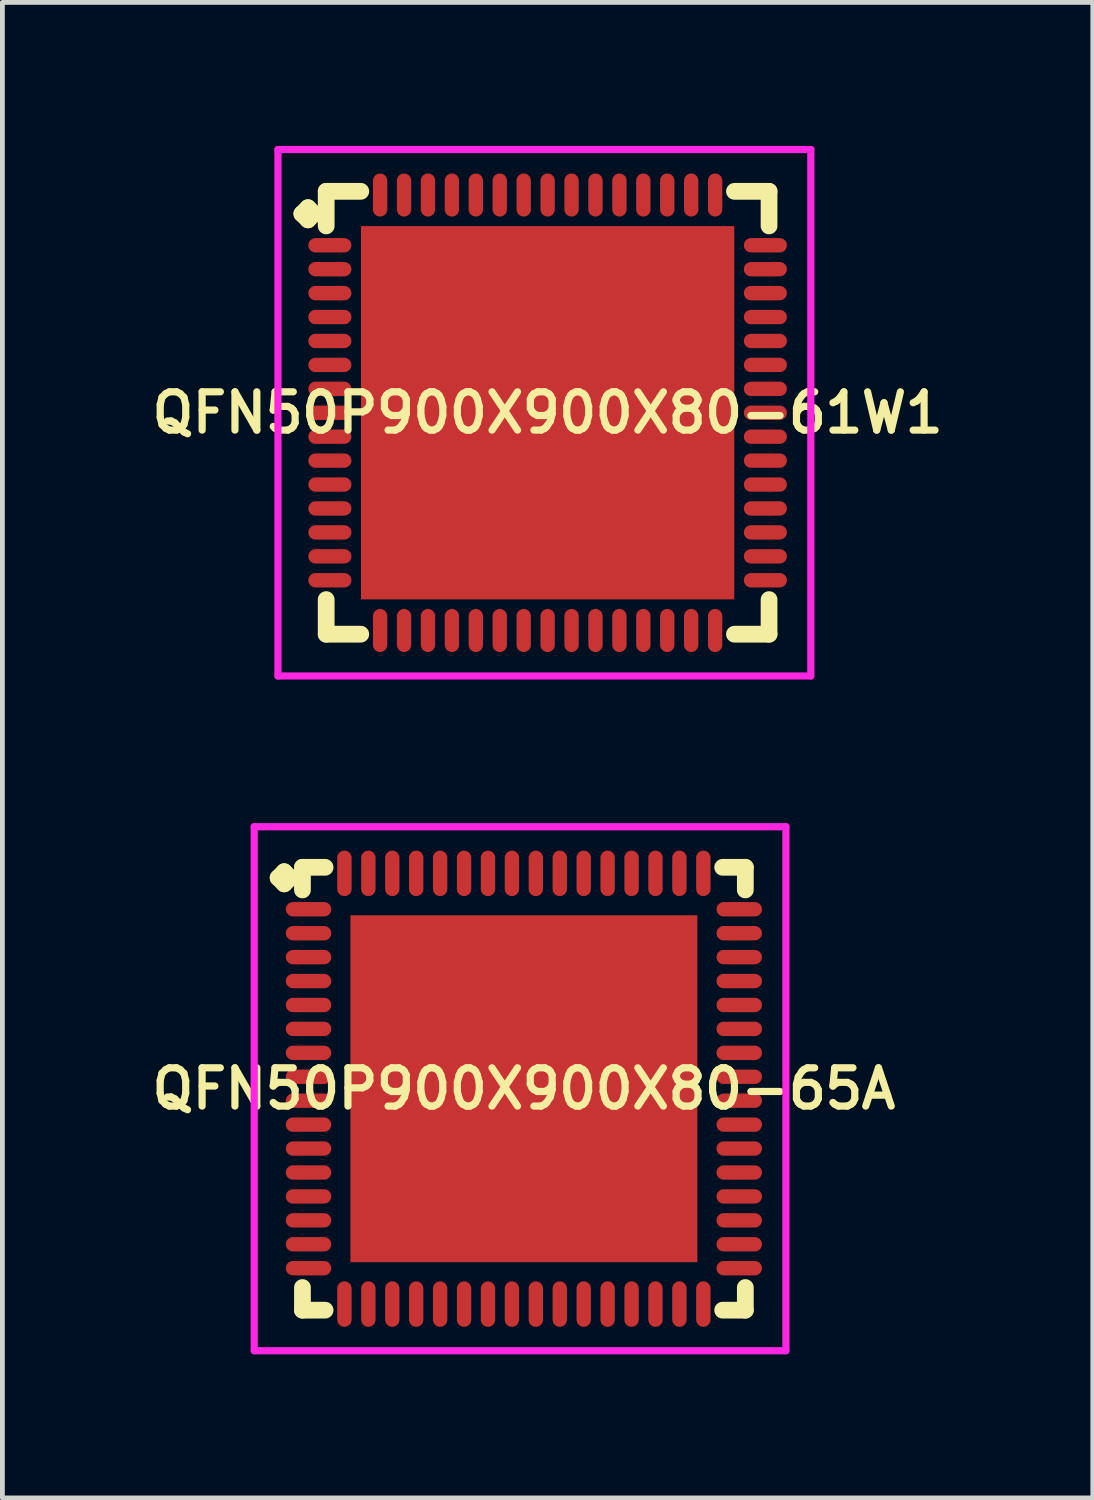
<source format=kicad_pcb>
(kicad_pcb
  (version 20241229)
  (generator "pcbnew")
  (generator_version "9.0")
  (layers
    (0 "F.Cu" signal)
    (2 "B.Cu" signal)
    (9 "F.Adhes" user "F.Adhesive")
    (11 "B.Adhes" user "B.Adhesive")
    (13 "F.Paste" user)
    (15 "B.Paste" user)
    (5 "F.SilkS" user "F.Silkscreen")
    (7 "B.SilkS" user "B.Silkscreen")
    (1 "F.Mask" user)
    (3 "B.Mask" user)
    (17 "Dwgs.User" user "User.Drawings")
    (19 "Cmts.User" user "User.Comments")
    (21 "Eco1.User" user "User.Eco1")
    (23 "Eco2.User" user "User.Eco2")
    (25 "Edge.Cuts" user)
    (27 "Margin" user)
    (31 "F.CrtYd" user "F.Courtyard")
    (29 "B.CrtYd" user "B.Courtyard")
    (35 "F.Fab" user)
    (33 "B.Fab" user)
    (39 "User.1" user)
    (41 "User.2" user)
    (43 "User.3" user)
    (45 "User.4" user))
  (footprint "QFN50P900X900X80-65A"
    (layer "F.Cu")
    (at 7.897 19.7)
    (property "Reference" "QFN50P900X900X80-65A" (at 0 0 0) (layer "F.SilkS") (effects (font (size 0.8 0.8) (thickness 0.15))))
    (attr smd)
    (fp_line (start -5.135 -4.408) (end -5.008 -4.535) (stroke (width 0.35) (type solid)) (layer "F.SilkS"))
    (fp_line (start -5.008 -4.535) (end -4.881 -4.408) (stroke (width 0.35) (type solid)) (layer "F.SilkS"))
    (fp_line (start -5.008 -4.281) (end -5.135 -4.408) (stroke (width 0.35) (type solid)) (layer "F.SilkS"))
    (fp_line (start -4.881 -4.408) (end -5.008 -4.281) (stroke (width 0.35) (type solid)) (layer "F.SilkS"))
    (fp_line (start -4.627 -4.627) (end -4.154 -4.627) (stroke (width 0.35) (type solid)) (layer "F.SilkS"))
    (fp_line (start -4.627 -4.154) (end -4.627 -4.627) (stroke (width 0.35) (type solid)) (layer "F.SilkS"))
    (fp_line (start -4.627 4.154) (end -4.627 4.627) (stroke (width 0.35) (type solid)) (layer "F.SilkS"))
    (fp_line (start -4.627 4.627) (end -4.154 4.627) (stroke (width 0.35) (type solid)) (layer "F.SilkS"))
    (fp_line (start 4.154 -4.627) (end 4.627 -4.627) (stroke (width 0.35) (type solid)) (layer "F.SilkS"))
    (fp_line (start 4.154 4.627) (end 4.627 4.627) (stroke (width 0.35) (type solid)) (layer "F.SilkS"))
    (fp_line (start 4.627 -4.627) (end 4.627 -4.154) (stroke (width 0.35) (type solid)) (layer "F.SilkS"))
    (fp_line (start 4.627 4.627) (end 4.627 4.154) (stroke (width 0.35) (type solid)) (layer "F.SilkS"))
    (fp_line (start -5.635 -5.475) (end 5.475 -5.475) (stroke (width 0.15) (type solid)) (layer "F.CrtYd"))
    (fp_line (start -5.635 5.475) (end -5.635 -5.475) (stroke (width 0.15) (type solid)) (layer "F.CrtYd"))
    (fp_line (start 5.475 -5.475) (end 5.475 5.475) (stroke (width 0.15) (type solid)) (layer "F.CrtYd"))
    (fp_line (start 5.475 5.475) (end -5.635 5.475) (stroke (width 0.15) (type solid)) (layer "F.CrtYd"))
    (pad "1" smd oval (at -4.5 -3.75) (size 0.95 0.3) (layers "F.Cu" "F.Mask" "F.Paste"))
    (pad "2" smd oval (at -4.5 -3.25) (size 0.95 0.3) (layers "F.Cu" "F.Mask" "F.Paste"))
    (pad "3" smd oval (at -4.5 -2.75) (size 0.95 0.3) (layers "F.Cu" "F.Mask" "F.Paste"))
    (pad "4" smd oval (at -4.5 -2.25) (size 0.95 0.3) (layers "F.Cu" "F.Mask" "F.Paste"))
    (pad "5" smd oval (at -4.5 -1.75) (size 0.95 0.3) (layers "F.Cu" "F.Mask" "F.Paste"))
    (pad "6" smd oval (at -4.5 -1.25) (size 0.95 0.3) (layers "F.Cu" "F.Mask" "F.Paste"))
    (pad "7" smd oval (at -4.5 -0.75) (size 0.95 0.3) (layers "F.Cu" "F.Mask" "F.Paste"))
    (pad "8" smd oval (at -4.5 -0.25) (size 0.95 0.3) (layers "F.Cu" "F.Mask" "F.Paste"))
    (pad "9" smd oval (at -4.5 0.25) (size 0.95 0.3) (layers "F.Cu" "F.Mask" "F.Paste"))
    (pad "10" smd oval (at -4.5 0.75) (size 0.95 0.3) (layers "F.Cu" "F.Mask" "F.Paste"))
    (pad "11" smd oval (at -4.5 1.25) (size 0.95 0.3) (layers "F.Cu" "F.Mask" "F.Paste"))
    (pad "12" smd oval (at -4.5 1.75) (size 0.95 0.3) (layers "F.Cu" "F.Mask" "F.Paste"))
    (pad "13" smd oval (at -4.5 2.25) (size 0.95 0.3) (layers "F.Cu" "F.Mask" "F.Paste"))
    (pad "14" smd oval (at -4.5 2.75) (size 0.95 0.3) (layers "F.Cu" "F.Mask" "F.Paste"))
    (pad "15" smd oval (at -4.5 3.25) (size 0.95 0.3) (layers "F.Cu" "F.Mask" "F.Paste"))
    (pad "16" smd oval (at -4.5 3.75) (size 0.95 0.3) (layers "F.Cu" "F.Mask" "F.Paste"))
    (pad "17" smd oval (at -3.75 4.5) (size 0.3 0.95) (layers "F.Cu" "F.Mask" "F.Paste"))
    (pad "18" smd oval (at -3.25 4.5) (size 0.3 0.95) (layers "F.Cu" "F.Mask" "F.Paste"))
    (pad "19" smd oval (at -2.75 4.5) (size 0.3 0.95) (layers "F.Cu" "F.Mask" "F.Paste"))
    (pad "20" smd oval (at -2.25 4.5) (size 0.3 0.95) (layers "F.Cu" "F.Mask" "F.Paste"))
    (pad "21" smd oval (at -1.75 4.5) (size 0.3 0.95) (layers "F.Cu" "F.Mask" "F.Paste"))
    (pad "22" smd oval (at -1.25 4.5) (size 0.3 0.95) (layers "F.Cu" "F.Mask" "F.Paste"))
    (pad "23" smd oval (at -0.75 4.5) (size 0.3 0.95) (layers "F.Cu" "F.Mask" "F.Paste"))
    (pad "24" smd oval (at -0.25 4.5) (size 0.3 0.95) (layers "F.Cu" "F.Mask" "F.Paste"))
    (pad "25" smd oval (at 0.25 4.5) (size 0.3 0.95) (layers "F.Cu" "F.Mask" "F.Paste"))
    (pad "26" smd oval (at 0.75 4.5) (size 0.3 0.95) (layers "F.Cu" "F.Mask" "F.Paste"))
    (pad "27" smd oval (at 1.25 4.5) (size 0.3 0.95) (layers "F.Cu" "F.Mask" "F.Paste"))
    (pad "28" smd oval (at 1.75 4.5) (size 0.3 0.95) (layers "F.Cu" "F.Mask" "F.Paste"))
    (pad "29" smd oval (at 2.25 4.5) (size 0.3 0.95) (layers "F.Cu" "F.Mask" "F.Paste"))
    (pad "30" smd oval (at 2.75 4.5) (size 0.3 0.95) (layers "F.Cu" "F.Mask" "F.Paste"))
    (pad "31" smd oval (at 3.25 4.5) (size 0.3 0.95) (layers "F.Cu" "F.Mask" "F.Paste"))
    (pad "32" smd oval (at 3.75 4.5) (size 0.3 0.95) (layers "F.Cu" "F.Mask" "F.Paste"))
    (pad "33" smd oval (at 4.5 3.75) (size 0.95 0.3) (layers "F.Cu" "F.Mask" "F.Paste"))
    (pad "34" smd oval (at 4.5 3.25) (size 0.95 0.3) (layers "F.Cu" "F.Mask" "F.Paste"))
    (pad "35" smd oval (at 4.5 2.75) (size 0.95 0.3) (layers "F.Cu" "F.Mask" "F.Paste"))
    (pad "36" smd oval (at 4.5 2.25) (size 0.95 0.3) (layers "F.Cu" "F.Mask" "F.Paste"))
    (pad "37" smd oval (at 4.5 1.75) (size 0.95 0.3) (layers "F.Cu" "F.Mask" "F.Paste"))
    (pad "38" smd oval (at 4.5 1.25) (size 0.95 0.3) (layers "F.Cu" "F.Mask" "F.Paste"))
    (pad "39" smd oval (at 4.5 0.75) (size 0.95 0.3) (layers "F.Cu" "F.Mask" "F.Paste"))
    (pad "40" smd oval (at 4.5 0.25) (size 0.95 0.3) (layers "F.Cu" "F.Mask" "F.Paste"))
    (pad "41" smd oval (at 4.5 -0.25) (size 0.95 0.3) (layers "F.Cu" "F.Mask" "F.Paste"))
    (pad "42" smd oval (at 4.5 -0.75) (size 0.95 0.3) (layers "F.Cu" "F.Mask" "F.Paste"))
    (pad "43" smd oval (at 4.5 -1.25) (size 0.95 0.3) (layers "F.Cu" "F.Mask" "F.Paste"))
    (pad "44" smd oval (at 4.5 -1.75) (size 0.95 0.3) (layers "F.Cu" "F.Mask" "F.Paste"))
    (pad "45" smd oval (at 4.5 -2.25) (size 0.95 0.3) (layers "F.Cu" "F.Mask" "F.Paste"))
    (pad "46" smd oval (at 4.5 -2.75) (size 0.95 0.3) (layers "F.Cu" "F.Mask" "F.Paste"))
    (pad "47" smd oval (at 4.5 -3.25) (size 0.95 0.3) (layers "F.Cu" "F.Mask" "F.Paste"))
    (pad "48" smd oval (at 4.5 -3.75) (size 0.95 0.3) (layers "F.Cu" "F.Mask" "F.Paste"))
    (pad "49" smd oval (at 3.75 -4.5) (size 0.3 0.95) (layers "F.Cu" "F.Mask" "F.Paste"))
    (pad "50" smd oval (at 3.25 -4.5) (size 0.3 0.95) (layers "F.Cu" "F.Mask" "F.Paste"))
    (pad "51" smd oval (at 2.75 -4.5) (size 0.3 0.95) (layers "F.Cu" "F.Mask" "F.Paste"))
    (pad "52" smd oval (at 2.25 -4.5) (size 0.3 0.95) (layers "F.Cu" "F.Mask" "F.Paste"))
    (pad "53" smd oval (at 1.75 -4.5) (size 0.3 0.95) (layers "F.Cu" "F.Mask" "F.Paste"))
    (pad "54" smd oval (at 1.25 -4.5) (size 0.3 0.95) (layers "F.Cu" "F.Mask" "F.Paste"))
    (pad "55" smd oval (at 0.75 -4.5) (size 0.3 0.95) (layers "F.Cu" "F.Mask" "F.Paste"))
    (pad "56" smd oval (at 0.25 -4.5) (size 0.3 0.95) (layers "F.Cu" "F.Mask" "F.Paste"))
    (pad "57" smd oval (at -0.25 -4.5) (size 0.3 0.95) (layers "F.Cu" "F.Mask" "F.Paste"))
    (pad "58" smd oval (at -0.75 -4.5) (size 0.3 0.95) (layers "F.Cu" "F.Mask" "F.Paste"))
    (pad "59" smd oval (at -1.25 -4.5) (size 0.3 0.95) (layers "F.Cu" "F.Mask" "F.Paste"))
    (pad "60" smd oval (at -1.75 -4.5) (size 0.3 0.95) (layers "F.Cu" "F.Mask" "F.Paste"))
    (pad "61" smd oval (at -2.25 -4.5) (size 0.3 0.95) (layers "F.Cu" "F.Mask" "F.Paste"))
    (pad "62" smd oval (at -2.75 -4.5) (size 0.3 0.95) (layers "F.Cu" "F.Mask" "F.Paste"))
    (pad "63" smd oval (at -3.25 -4.5) (size 0.3 0.95) (layers "F.Cu" "F.Mask" "F.Paste"))
    (pad "64" smd oval (at -3.75 -4.5) (size 0.3 0.95) (layers "F.Cu" "F.Mask" "F.Paste"))
    (pad "65" smd rect (at 0 0) (size 7.25 7.25) (layers "F.Cu" "F.Mask" "F.Paste")))
  (footprint "QFN50P900X900X80-61W1"
    (layer "F.Cu")
    (at 8.393 5.575)
    (property "Reference" "QFN50P900X900X80-61W1" (at 0 0 0) (layer "F.SilkS") (effects (font (size 0.8 0.8) (thickness 0.15))))
    (attr smd)
    (fp_line (start -5.135 -4.158) (end -5.008 -4.285) (stroke (width 0.35) (type solid)) (layer "F.SilkS"))
    (fp_line (start -5.008 -4.285) (end -4.881 -4.158) (stroke (width 0.35) (type solid)) (layer "F.SilkS"))
    (fp_line (start -5.008 -4.031) (end -5.135 -4.158) (stroke (width 0.35) (type solid)) (layer "F.SilkS"))
    (fp_line (start -4.881 -4.158) (end -5.008 -4.031) (stroke (width 0.35) (type solid)) (layer "F.SilkS"))
    (fp_line (start -4.627 -4.627) (end -3.904 -4.627) (stroke (width 0.35) (type solid)) (layer "F.SilkS"))
    (fp_line (start -4.627 -3.904) (end -4.627 -4.627) (stroke (width 0.35) (type solid)) (layer "F.SilkS"))
    (fp_line (start -4.627 3.904) (end -4.627 4.627) (stroke (width 0.35) (type solid)) (layer "F.SilkS"))
    (fp_line (start -4.627 4.627) (end -3.904 4.627) (stroke (width 0.35) (type solid)) (layer "F.SilkS"))
    (fp_line (start 3.904 -4.627) (end 4.627 -4.627) (stroke (width 0.35) (type solid)) (layer "F.SilkS"))
    (fp_line (start 3.904 4.627) (end 4.627 4.627) (stroke (width 0.35) (type solid)) (layer "F.SilkS"))
    (fp_line (start 4.627 -4.627) (end 4.627 -3.904) (stroke (width 0.35) (type solid)) (layer "F.SilkS"))
    (fp_line (start 4.627 4.627) (end 4.627 3.904) (stroke (width 0.35) (type solid)) (layer "F.SilkS"))
    (fp_line (start -5.635 -5.5) (end 5.5 -5.5) (stroke (width 0.15) (type solid)) (layer "F.CrtYd"))
    (fp_line (start -5.635 5.5) (end -5.635 -5.5) (stroke (width 0.15) (type solid)) (layer "F.CrtYd"))
    (fp_line (start 5.5 -5.5) (end 5.5 5.5) (stroke (width 0.15) (type solid)) (layer "F.CrtYd"))
    (fp_line (start 5.5 5.5) (end -5.635 5.5) (stroke (width 0.15) (type solid)) (layer "F.CrtYd"))
    (pad "1" smd oval (at -4.55 -3.5) (size 0.9 0.3) (layers "F.Cu" "F.Mask" "F.Paste"))
    (pad "2" smd oval (at -4.55 -3) (size 0.9 0.3) (layers "F.Cu" "F.Mask" "F.Paste"))
    (pad "3" smd oval (at -4.55 -2.5) (size 0.9 0.3) (layers "F.Cu" "F.Mask" "F.Paste"))
    (pad "4" smd oval (at -4.55 -2) (size 0.9 0.3) (layers "F.Cu" "F.Mask" "F.Paste"))
    (pad "5" smd oval (at -4.55 -1.5) (size 0.9 0.3) (layers "F.Cu" "F.Mask" "F.Paste"))
    (pad "6" smd oval (at -4.55 -1) (size 0.9 0.3) (layers "F.Cu" "F.Mask" "F.Paste"))
    (pad "7" smd oval (at -4.55 -0.5) (size 0.9 0.3) (layers "F.Cu" "F.Mask" "F.Paste"))
    (pad "8" smd oval (at -4.55 0) (size 0.9 0.3) (layers "F.Cu" "F.Mask" "F.Paste"))
    (pad "9" smd oval (at -4.55 0.5) (size 0.9 0.3) (layers "F.Cu" "F.Mask" "F.Paste"))
    (pad "10" smd oval (at -4.55 1) (size 0.9 0.3) (layers "F.Cu" "F.Mask" "F.Paste"))
    (pad "11" smd oval (at -4.55 1.5) (size 0.9 0.3) (layers "F.Cu" "F.Mask" "F.Paste"))
    (pad "12" smd oval (at -4.55 2) (size 0.9 0.3) (layers "F.Cu" "F.Mask" "F.Paste"))
    (pad "13" smd oval (at -4.55 2.5) (size 0.9 0.3) (layers "F.Cu" "F.Mask" "F.Paste"))
    (pad "14" smd oval (at -4.55 3) (size 0.9 0.3) (layers "F.Cu" "F.Mask" "F.Paste"))
    (pad "15" smd oval (at -4.55 3.5) (size 0.9 0.3) (layers "F.Cu" "F.Mask" "F.Paste"))
    (pad "16" smd oval (at -3.5 4.55) (size 0.3 0.9) (layers "F.Cu" "F.Mask" "F.Paste"))
    (pad "17" smd oval (at -3 4.55) (size 0.3 0.9) (layers "F.Cu" "F.Mask" "F.Paste"))
    (pad "18" smd oval (at -2.5 4.55) (size 0.3 0.9) (layers "F.Cu" "F.Mask" "F.Paste"))
    (pad "19" smd oval (at -2 4.55) (size 0.3 0.9) (layers "F.Cu" "F.Mask" "F.Paste"))
    (pad "20" smd oval (at -1.5 4.55) (size 0.3 0.9) (layers "F.Cu" "F.Mask" "F.Paste"))
    (pad "21" smd oval (at -1 4.55) (size 0.3 0.9) (layers "F.Cu" "F.Mask" "F.Paste"))
    (pad "22" smd oval (at -0.5 4.55) (size 0.3 0.9) (layers "F.Cu" "F.Mask" "F.Paste"))
    (pad "23" smd oval (at 0 4.55) (size 0.3 0.9) (layers "F.Cu" "F.Mask" "F.Paste"))
    (pad "24" smd oval (at 0.5 4.55) (size 0.3 0.9) (layers "F.Cu" "F.Mask" "F.Paste"))
    (pad "25" smd oval (at 1 4.55) (size 0.3 0.9) (layers "F.Cu" "F.Mask" "F.Paste"))
    (pad "26" smd oval (at 1.5 4.55) (size 0.3 0.9) (layers "F.Cu" "F.Mask" "F.Paste"))
    (pad "27" smd oval (at 2 4.55) (size 0.3 0.9) (layers "F.Cu" "F.Mask" "F.Paste"))
    (pad "28" smd oval (at 2.5 4.55) (size 0.3 0.9) (layers "F.Cu" "F.Mask" "F.Paste"))
    (pad "29" smd oval (at 3 4.55) (size 0.3 0.9) (layers "F.Cu" "F.Mask" "F.Paste"))
    (pad "30" smd oval (at 3.5 4.55) (size 0.3 0.9) (layers "F.Cu" "F.Mask" "F.Paste"))
    (pad "31" smd oval (at 4.55 3.5) (size 0.9 0.3) (layers "F.Cu" "F.Mask" "F.Paste"))
    (pad "32" smd oval (at 4.55 3) (size 0.9 0.3) (layers "F.Cu" "F.Mask" "F.Paste"))
    (pad "33" smd oval (at 4.55 2.5) (size 0.9 0.3) (layers "F.Cu" "F.Mask" "F.Paste"))
    (pad "34" smd oval (at 4.55 2) (size 0.9 0.3) (layers "F.Cu" "F.Mask" "F.Paste"))
    (pad "35" smd oval (at 4.55 1.5) (size 0.9 0.3) (layers "F.Cu" "F.Mask" "F.Paste"))
    (pad "36" smd oval (at 4.55 1) (size 0.9 0.3) (layers "F.Cu" "F.Mask" "F.Paste"))
    (pad "37" smd oval (at 4.55 0.5) (size 0.9 0.3) (layers "F.Cu" "F.Mask" "F.Paste"))
    (pad "38" smd oval (at 4.55 0) (size 0.9 0.3) (layers "F.Cu" "F.Mask" "F.Paste"))
    (pad "39" smd oval (at 4.55 -0.5) (size 0.9 0.3) (layers "F.Cu" "F.Mask" "F.Paste"))
    (pad "40" smd oval (at 4.55 -1) (size 0.9 0.3) (layers "F.Cu" "F.Mask" "F.Paste"))
    (pad "41" smd oval (at 4.55 -1.5) (size 0.9 0.3) (layers "F.Cu" "F.Mask" "F.Paste"))
    (pad "42" smd oval (at 4.55 -2) (size 0.9 0.3) (layers "F.Cu" "F.Mask" "F.Paste"))
    (pad "43" smd oval (at 4.55 -2.5) (size 0.9 0.3) (layers "F.Cu" "F.Mask" "F.Paste"))
    (pad "44" smd oval (at 4.55 -3) (size 0.9 0.3) (layers "F.Cu" "F.Mask" "F.Paste"))
    (pad "45" smd oval (at 4.55 -3.5) (size 0.9 0.3) (layers "F.Cu" "F.Mask" "F.Paste"))
    (pad "46" smd oval (at 3.5 -4.55) (size 0.3 0.9) (layers "F.Cu" "F.Mask" "F.Paste"))
    (pad "47" smd oval (at 3 -4.55) (size 0.3 0.9) (layers "F.Cu" "F.Mask" "F.Paste"))
    (pad "48" smd oval (at 2.5 -4.55) (size 0.3 0.9) (layers "F.Cu" "F.Mask" "F.Paste"))
    (pad "49" smd oval (at 2 -4.55) (size 0.3 0.9) (layers "F.Cu" "F.Mask" "F.Paste"))
    (pad "50" smd oval (at 1.5 -4.55) (size 0.3 0.9) (layers "F.Cu" "F.Mask" "F.Paste"))
    (pad "51" smd oval (at 1 -4.55) (size 0.3 0.9) (layers "F.Cu" "F.Mask" "F.Paste"))
    (pad "52" smd oval (at 0.5 -4.55) (size 0.3 0.9) (layers "F.Cu" "F.Mask" "F.Paste"))
    (pad "53" smd oval (at 0 -4.55) (size 0.3 0.9) (layers "F.Cu" "F.Mask" "F.Paste"))
    (pad "54" smd oval (at -0.5 -4.55) (size 0.3 0.9) (layers "F.Cu" "F.Mask" "F.Paste"))
    (pad "55" smd oval (at -1 -4.55) (size 0.3 0.9) (layers "F.Cu" "F.Mask" "F.Paste"))
    (pad "56" smd oval (at -1.5 -4.55) (size 0.3 0.9) (layers "F.Cu" "F.Mask" "F.Paste"))
    (pad "57" smd oval (at -2 -4.55) (size 0.3 0.9) (layers "F.Cu" "F.Mask" "F.Paste"))
    (pad "58" smd oval (at -2.5 -4.55) (size 0.3 0.9) (layers "F.Cu" "F.Mask" "F.Paste"))
    (pad "59" smd oval (at -3 -4.55) (size 0.3 0.9) (layers "F.Cu" "F.Mask" "F.Paste"))
    (pad "60" smd oval (at -3.5 -4.55) (size 0.3 0.9) (layers "F.Cu" "F.Mask" "F.Paste"))
    (pad "61" smd rect (at 0 0) (size 7.8 7.8) (layers "F.Cu" "F.Mask" "F.Paste")))
  (gr_rect
    (start -3 -3)
    (end 19.785 28.25)
    (stroke (width 0.1) (type default))
    (fill no)
    (layer "Edge.Cuts")))
</source>
